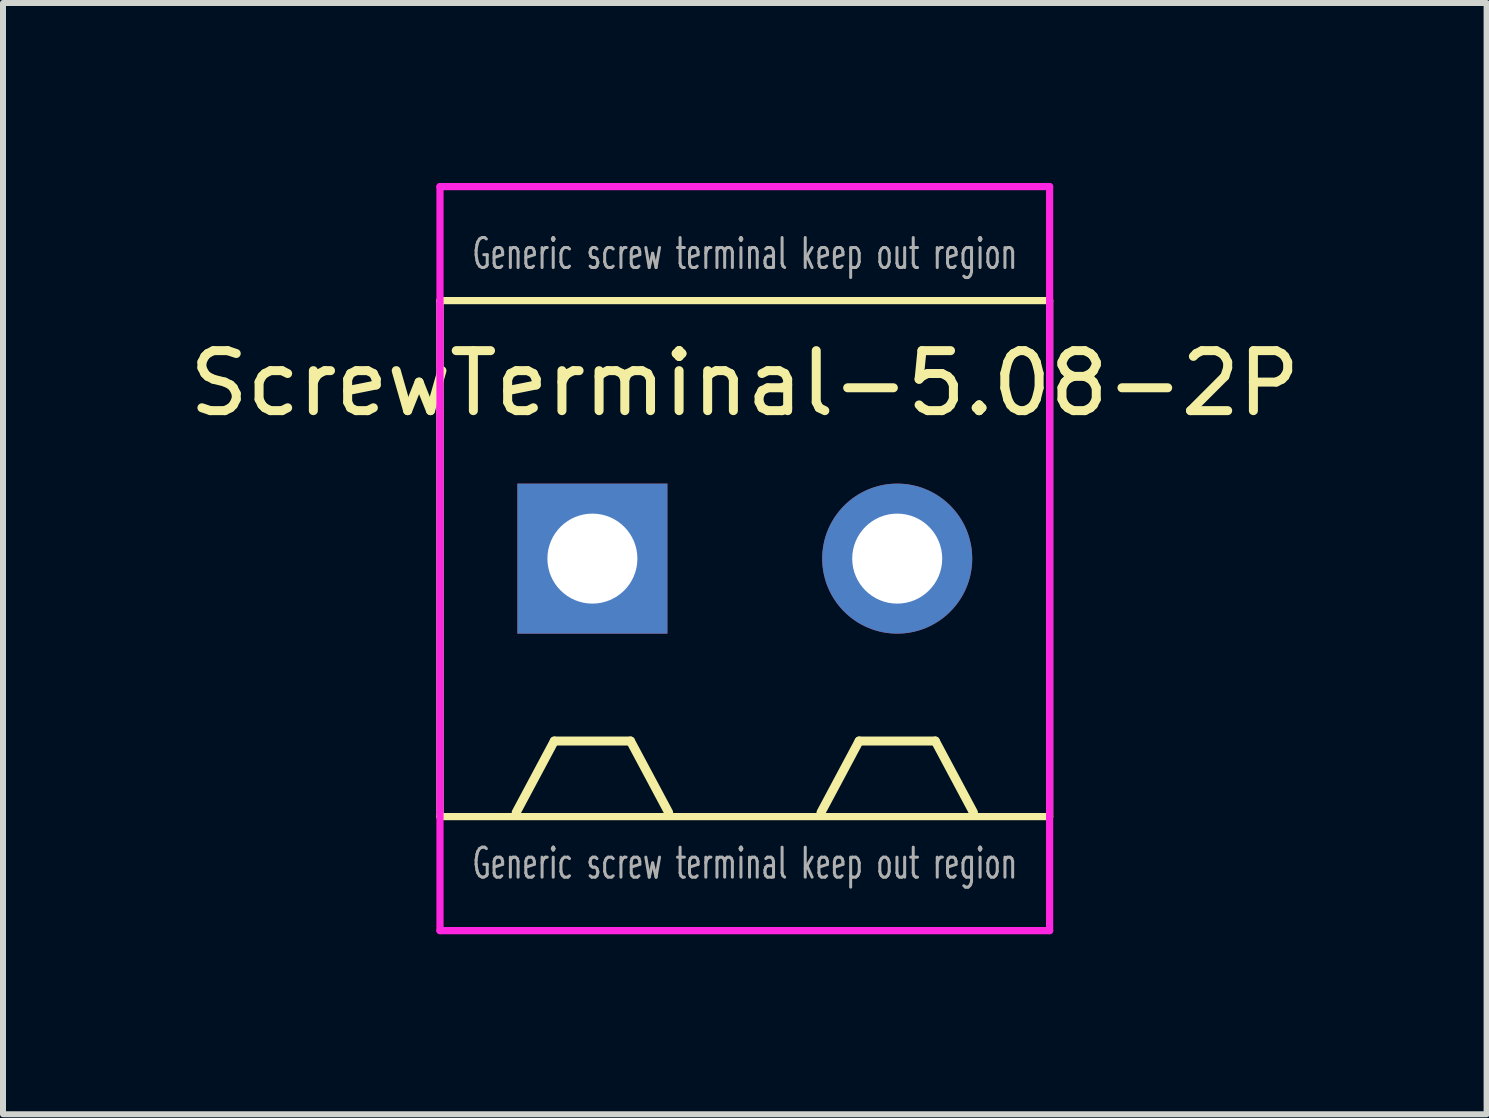
<source format=kicad_pcb>
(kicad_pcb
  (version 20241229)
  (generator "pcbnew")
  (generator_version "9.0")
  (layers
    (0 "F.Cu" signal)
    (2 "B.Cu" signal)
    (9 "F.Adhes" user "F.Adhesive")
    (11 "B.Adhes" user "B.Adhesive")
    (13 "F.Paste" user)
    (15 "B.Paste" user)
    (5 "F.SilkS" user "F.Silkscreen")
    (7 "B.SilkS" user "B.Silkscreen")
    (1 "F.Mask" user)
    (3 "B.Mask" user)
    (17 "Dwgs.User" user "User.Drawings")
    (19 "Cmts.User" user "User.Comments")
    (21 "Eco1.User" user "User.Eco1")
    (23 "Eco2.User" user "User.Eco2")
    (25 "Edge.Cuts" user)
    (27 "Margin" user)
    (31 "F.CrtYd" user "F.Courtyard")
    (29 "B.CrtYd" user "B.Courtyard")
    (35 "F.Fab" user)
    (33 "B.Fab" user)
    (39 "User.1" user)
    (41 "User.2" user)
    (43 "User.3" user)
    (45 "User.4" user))
  (footprint "ScrewTerminal-5.08-2P"
    (layer "F.Cu")
    (at 6.823 6.26)
    (property "Reference" "ScrewTerminal-5.08-2P" (at 2.54 -2.921 0) (layer "F.SilkS") (effects (font (size 1 1) (thickness 0.15))))
    (attr through_hole)
    (fp_line (start -2.54 -4.3) (end 7.62 -4.3) (stroke (width 0.12) (type solid)) (layer "F.SilkS"))
    (fp_line (start -2.54 4.3) (end -2.54 -4.3) (stroke (width 0.12) (type solid)) (layer "F.SilkS"))
    (fp_line (start -1.27 4.23) (end -0.635 3.04) (stroke (width 0.15) (type solid)) (layer "F.SilkS"))
    (fp_line (start -0.635 3.04) (end 0.635 3.04) (stroke (width 0.15) (type solid)) (layer "F.SilkS"))
    (fp_line (start 0.635 3.04) (end 1.27 4.23) (stroke (width 0.15) (type solid)) (layer "F.SilkS"))
    (fp_line (start 3.81 4.23) (end 4.445 3.04) (stroke (width 0.15) (type solid)) (layer "F.SilkS"))
    (fp_line (start 4.445 3.04) (end 5.715 3.04) (stroke (width 0.15) (type solid)) (layer "F.SilkS"))
    (fp_line (start 5.715 3.04) (end 6.35 4.23) (stroke (width 0.15) (type solid)) (layer "F.SilkS"))
    (fp_line (start 7.62 -4.3) (end 7.62 4.3) (stroke (width 0.12) (type solid)) (layer "F.SilkS"))
    (fp_line (start 7.62 4.3) (end -2.54 4.3) (stroke (width 0.12) (type solid)) (layer "F.SilkS"))
    (fp_line (start -2.54 -6.2) (end 7.62 -6.2) (stroke (width 0.12) (type solid)) (layer "F.CrtYd"))
    (fp_line (start -2.54 6.2) (end -2.54 -6.2) (stroke (width 0.12) (type solid)) (layer "F.CrtYd"))
    (fp_line (start 7.62 -6.2) (end 7.62 6.2) (stroke (width 0.12) (type solid)) (layer "F.CrtYd"))
    (fp_line (start 7.62 6.2) (end -2.54 6.2) (stroke (width 0.12) (type solid)) (layer "F.CrtYd"))
    (fp_text user "Generic screw terminal keep out region" (at 2.54 -5.08 0) (layer "F.Fab") (effects (font (size 0.5 0.3) (thickness 0.05))))
    (fp_text user "Generic screw terminal keep out region" (at 2.54 5.08 0) (layer "F.Fab") (effects (font (size 0.5 0.3) (thickness 0.05))))
    (pad "1" thru_hole rect (at 0 0) (size 2.5 2.5) (drill 1.5) (layers "*.Cu" "*.Mask"))
    (pad "2" thru_hole circle (at 5.08 0) (size 2.5 2.5) (drill 1.5) (layers "*.Cu" "*.Mask")))
  (gr_rect
    (start -3 -3)
    (end 21.726 15.52)
    (stroke (width 0.1) (type default))
    (fill no)
    (layer "Edge.Cuts")))
</source>
